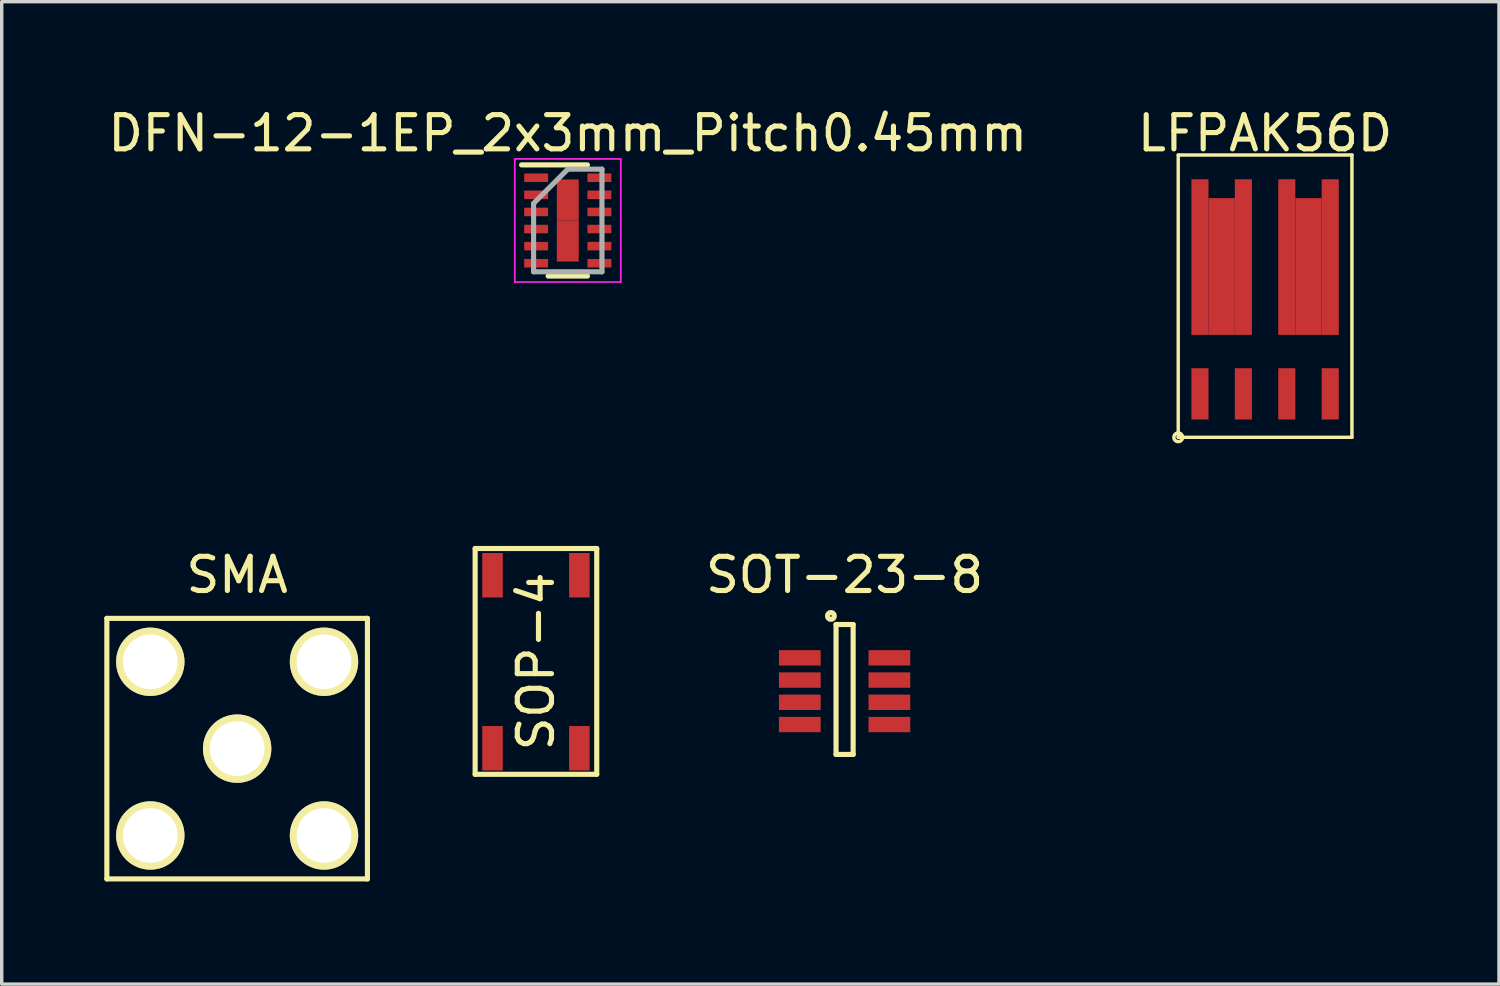
<source format=kicad_pcb>
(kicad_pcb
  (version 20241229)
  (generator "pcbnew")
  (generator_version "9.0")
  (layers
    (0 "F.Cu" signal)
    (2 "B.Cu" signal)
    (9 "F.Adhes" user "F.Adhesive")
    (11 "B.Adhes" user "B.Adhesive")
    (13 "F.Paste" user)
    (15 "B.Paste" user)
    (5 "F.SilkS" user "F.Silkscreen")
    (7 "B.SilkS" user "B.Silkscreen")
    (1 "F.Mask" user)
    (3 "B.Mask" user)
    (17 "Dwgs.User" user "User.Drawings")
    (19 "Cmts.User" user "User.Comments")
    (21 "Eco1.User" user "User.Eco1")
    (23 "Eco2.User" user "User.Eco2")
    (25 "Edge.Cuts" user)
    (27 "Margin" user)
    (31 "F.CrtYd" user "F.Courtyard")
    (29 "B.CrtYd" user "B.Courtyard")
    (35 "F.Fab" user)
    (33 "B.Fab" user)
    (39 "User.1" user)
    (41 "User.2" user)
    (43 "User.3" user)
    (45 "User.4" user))
  (footprint "DFN-12-1EP_2x3mm_Pitch0.45mm"
    (layer "F.Cu")
    (at 13.554 3.398)
    (property "Reference" "DFN-12-1EP_2x3mm_Pitch0.45mm" (at 0 -2.55 0) (layer "F.SilkS") (effects (font (size 1 1) (thickness 0.15))))
    (attr smd)
    (fp_line (start -1.35 -1.625) (end 0.575 -1.625) (stroke (width 0.15) (type solid)) (layer "F.SilkS"))
    (fp_line (start -0.575 1.625) (end 0.575 1.625) (stroke (width 0.15) (type solid)) (layer "F.SilkS"))
    (fp_line (start -1.55 -1.8) (end -1.55 1.8) (stroke (width 0.05) (type solid)) (layer "F.CrtYd"))
    (fp_line (start -1.55 -1.8) (end 1.55 -1.8) (stroke (width 0.05) (type solid)) (layer "F.CrtYd"))
    (fp_line (start -1.55 1.8) (end 1.55 1.8) (stroke (width 0.05) (type solid)) (layer "F.CrtYd"))
    (fp_line (start 1.55 -1.8) (end 1.55 1.8) (stroke (width 0.05) (type solid)) (layer "F.CrtYd"))
    (fp_line (start -1 -0.5) (end 0 -1.5) (stroke (width 0.15) (type solid)) (layer "F.Fab"))
    (fp_line (start -1 1.5) (end -1 -0.5) (stroke (width 0.15) (type solid)) (layer "F.Fab"))
    (fp_line (start 0 -1.5) (end 1 -1.5) (stroke (width 0.15) (type solid)) (layer "F.Fab"))
    (fp_line (start 1 -1.5) (end 1 1.5) (stroke (width 0.15) (type solid)) (layer "F.Fab"))
    (fp_line (start 1 1.5) (end -1 1.5) (stroke (width 0.15) (type solid)) (layer "F.Fab"))
    (pad "1" smd rect (at -0.925 -1.25) (size 0.7 0.25) (layers "F.Cu" "F.Mask" "F.Paste"))
    (pad "2" smd rect (at -0.925 -0.75) (size 0.7 0.25) (layers "F.Cu" "F.Mask" "F.Paste"))
    (pad "3" smd rect (at -0.925 -0.25) (size 0.7 0.25) (layers "F.Cu" "F.Mask" "F.Paste"))
    (pad "4" smd rect (at -0.925 0.25) (size 0.7 0.25) (layers "F.Cu" "F.Mask" "F.Paste"))
    (pad "5" smd rect (at -0.925 0.75) (size 0.7 0.25) (layers "F.Cu" "F.Mask" "F.Paste"))
    (pad "6" smd rect (at -0.925 1.25) (size 0.7 0.25) (layers "F.Cu" "F.Mask" "F.Paste"))
    (pad "7" smd rect (at 0.925 1.25) (size 0.7 0.25) (layers "F.Cu" "F.Mask" "F.Paste"))
    (pad "8" smd rect (at 0.925 0.75) (size 0.7 0.25) (layers "F.Cu" "F.Mask" "F.Paste"))
    (pad "9" smd rect (at 0.925 0.25) (size 0.7 0.25) (layers "F.Cu" "F.Mask" "F.Paste"))
    (pad "10" smd rect (at 0.925 -0.25) (size 0.7 0.25) (layers "F.Cu" "F.Mask" "F.Paste"))
    (pad "11" smd rect (at 0.925 -0.75) (size 0.7 0.25) (layers "F.Cu" "F.Mask" "F.Paste"))
    (pad "12" smd rect (at 0.925 -1.25) (size 0.7 0.25) (layers "F.Cu" "F.Mask" "F.Paste"))
    (pad "13" smd rect (at 0 -0.6) (size 0.64 1.2) (layers "F.Cu" "F.Mask" "F.Paste"))
    (pad "13" smd rect (at 0 0.6) (size 0.64 1.2) (layers "F.Cu" "F.Mask" "F.Paste")))
  (footprint "LFPAK56D"
    (layer "F.Cu")
    (at 33.946 8.468)
    (property "Reference" "LFPAK56D" (at 0 -7.62 0) (layer "F.SilkS") (effects (font (size 1 1) (thickness 0.15))))
    (attr smd)
    (fp_line (start -2.54 -6.985) (end -2.54 1.27) (stroke (width 0.1) (type solid)) (layer "F.SilkS"))
    (fp_line (start -2.54 1.27) (end 2.54 1.27) (stroke (width 0.1) (type solid)) (layer "F.SilkS"))
    (fp_line (start 2.54 -6.985) (end -2.54 -6.985) (stroke (width 0.1) (type solid)) (layer "F.SilkS"))
    (fp_line (start 2.54 1.27) (end 2.54 -6.985) (stroke (width 0.1) (type solid)) (layer "F.SilkS"))
    (fp_circle (center -2.54 1.27) (end -2.54 1.397) (stroke (width 0.1) (type solid)) (fill no) (layer "F.SilkS"))
    (pad "1" smd rect (at -1.905 0) (size 0.5 1.5) (layers "F.Cu" "F.Mask" "F.Paste"))
    (pad "2" smd rect (at -0.635 0) (size 0.5 1.5) (layers "F.Cu" "F.Mask" "F.Paste"))
    (pad "3" smd rect (at 0.635 0) (size 0.5 1.5) (layers "F.Cu" "F.Mask" "F.Paste"))
    (pad "4" smd rect (at 1.905 0) (size 0.5 1.5) (layers "F.Cu" "F.Mask" "F.Paste"))
    (pad "5" smd rect (at 1.27 -3.725) (size 0.77 4) (layers "F.Cu" "F.Mask" "F.Paste"))
    (pad "5" smd rect (at 1.905 -4) (size 0.5 4.55) (layers "F.Cu" "F.Mask" "F.Paste"))
    (pad "6" smd rect (at 0.635 -4) (size 0.5 4.55) (layers "F.Cu" "F.Mask" "F.Paste"))
    (pad "7" smd rect (at -1.27 -3.725) (size 0.77 4) (layers "F.Cu" "F.Mask" "F.Paste"))
    (pad "7" smd rect (at -0.635 -4) (size 0.5 4.55) (layers "F.Cu" "F.Mask" "F.Paste"))
    (pad "8" smd rect (at -1.905 -4) (size 0.5 4.55) (layers "F.Cu" "F.Mask" "F.Paste")))
  (footprint "SOT-23-8"
    (layer "F.Cu")
    (at 21.649 17.163)
    (property "Reference" "SOT-23-8" (at 0 -3.4 0) (layer "F.SilkS") (effects (font (size 1 1) (thickness 0.15))))
    (attr smd)
    (fp_line (start -0.25 -1.95) (end -0.25 1.85) (stroke (width 0.15) (type solid)) (layer "F.SilkS"))
    (fp_line (start -0.25 1.85) (end 0.25 1.85) (stroke (width 0.15) (type solid)) (layer "F.SilkS"))
    (fp_line (start 0.25 -1.95) (end -0.25 -1.95) (stroke (width 0.15) (type solid)) (layer "F.SilkS"))
    (fp_line (start 0.25 1.85) (end 0.25 -1.95) (stroke (width 0.15) (type solid)) (layer "F.SilkS"))
    (fp_circle (center -0.4 -2.2) (end -0.3 -2.2) (stroke (width 0.15) (type solid)) (fill no) (layer "F.SilkS"))
    (pad "1" smd rect (at -1.31 -0.975) (size 1.22 0.45) (layers "F.Cu" "F.Mask" "F.Paste"))
    (pad "2" smd rect (at -1.31 -0.325) (size 1.22 0.45) (layers "F.Cu" "F.Mask" "F.Paste"))
    (pad "3" smd rect (at -1.31 0.325) (size 1.22 0.45) (layers "F.Cu" "F.Mask" "F.Paste"))
    (pad "4" smd rect (at -1.31 0.975) (size 1.22 0.45) (layers "F.Cu" "F.Mask" "F.Paste"))
    (pad "5" smd rect (at 1.31 0.975) (size 1.22 0.45) (layers "F.Cu" "F.Mask" "F.Paste"))
    (pad "6" smd rect (at 1.31 0.325) (size 1.22 0.45) (layers "F.Cu" "F.Mask" "F.Paste"))
    (pad "7" smd rect (at 1.31 -0.325) (size 1.22 0.45) (layers "F.Cu" "F.Mask" "F.Paste"))
    (pad "8" smd rect (at 1.31 -0.975) (size 1.22 0.45) (layers "F.Cu" "F.Mask" "F.Paste")))
  (footprint "SMA"
    (layer "F.Cu")
    (at 3.885 18.843)
    (property "Reference" "SMA" (at 0 -5.08 0) (layer "F.SilkS") (effects (font (size 1 1) (thickness 0.15))))
    (attr through_hole)
    (fp_line (start -3.81 -3.81) (end 3.81 -3.81) (stroke (width 0.15) (type solid)) (layer "F.SilkS"))
    (fp_line (start -3.81 3.81) (end -3.81 -3.81) (stroke (width 0.15) (type solid)) (layer "F.SilkS"))
    (fp_line (start 3.81 -3.81) (end 3.81 3.81) (stroke (width 0.15) (type solid)) (layer "F.SilkS"))
    (fp_line (start 3.81 3.81) (end -3.81 3.81) (stroke (width 0.15) (type solid)) (layer "F.SilkS"))
    (pad "1" thru_hole circle (at 0 0) (size 2 2) (drill 1.6) (layers "*.Cu" "*.Mask" "F.SilkS"))
    (pad "2" thru_hole circle (at -2.54 -2.54) (size 2 2) (drill 1.6) (layers "*.Cu" "*.Mask" "F.SilkS"))
    (pad "2" thru_hole circle (at -2.54 2.54) (size 2 2) (drill 1.6) (layers "*.Cu" "*.Mask" "F.SilkS"))
    (pad "2" thru_hole circle (at 2.54 -2.54) (size 2 2) (drill 1.6) (layers "*.Cu" "*.Mask" "F.SilkS"))
    (pad "2" thru_hole circle (at 2.54 2.54) (size 2 2) (drill 1.6) (layers "*.Cu" "*.Mask" "F.SilkS")))
  (footprint "SOP-4"
    (layer "F.Cu")
    (at 12.623 16.292)
    (property "Reference" "SOP-4" (at 0 0 90) (layer "F.SilkS") (effects (font (size 1 1) (thickness 0.15))))
    (attr through_hole)
    (fp_line (start -1.778 -3.302) (end 1.778 -3.302) (stroke (width 0.15) (type solid)) (layer "F.SilkS"))
    (fp_line (start -1.778 3.302) (end -1.778 -3.302) (stroke (width 0.15) (type solid)) (layer "F.SilkS"))
    (fp_line (start 1.778 -3.302) (end 1.778 3.302) (stroke (width 0.15) (type solid)) (layer "F.SilkS"))
    (fp_line (start 1.778 3.302) (end -1.778 3.302) (stroke (width 0.15) (type solid)) (layer "F.SilkS"))
    (pad "1" smd rect (at -1.27 2.54) (size 0.6 1.3) (layers "F.Cu" "F.Mask" "F.Paste"))
    (pad "2" smd rect (at 1.27 2.54) (size 0.6 1.3) (layers "F.Cu" "F.Mask" "F.Paste"))
    (pad "3" smd rect (at 1.27 -2.52) (size 0.6 1.3) (layers "F.Cu" "F.Mask" "F.Paste"))
    (pad "4" smd rect (at -1.27 -2.52) (size 0.6 1.3) (layers "F.Cu" "F.Mask" "F.Paste")))
  (gr_rect
    (start -3 -3)
    (end 40.786 25.729)
    (stroke (width 0.1) (type default))
    (fill no)
    (layer "Edge.Cuts")))
</source>
